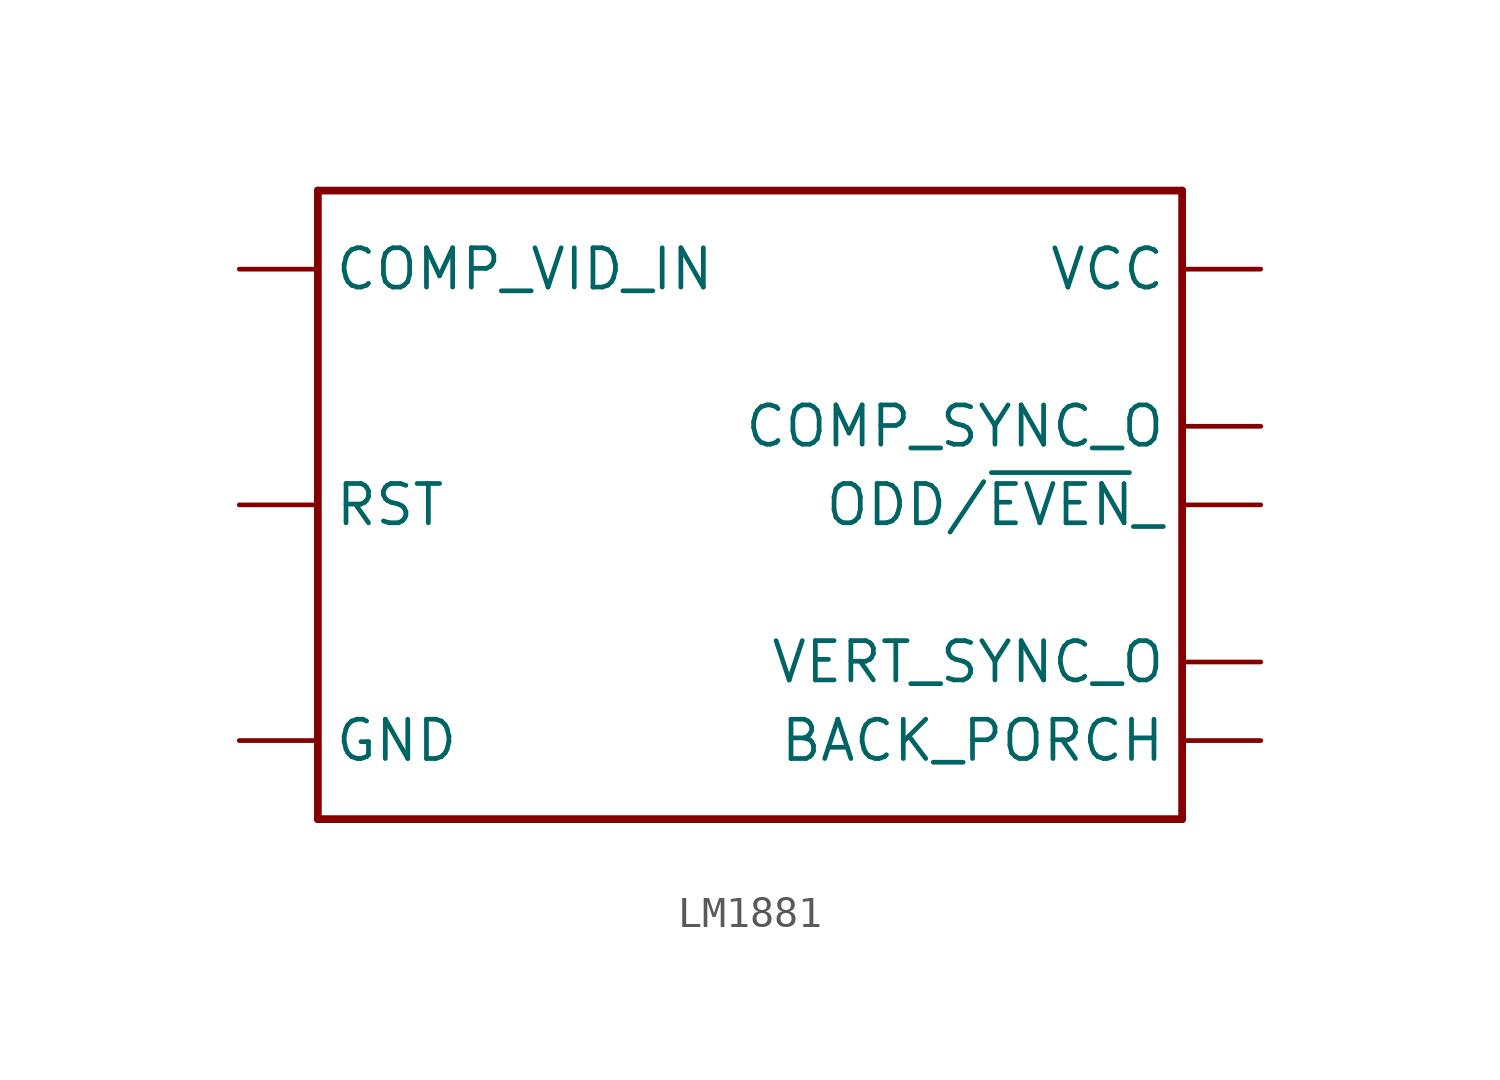
<source format=kicad_sym>
(kicad_symbol_lib
  (version 20231120)
  (generator "kicad_symbol_editor")
  (generator_version "8.0")
  (symbol "LM1881"
    (property "Reference" "U"
      (at 0 0 0)
      (effects (font (size 1.27 1.27)) (hide yes)))
    (property "ki_locked" ""
      (at 0 0 0)
      (effects (font (size 1.27 1.27))))
    (symbol "LM1881_1_0"
      (polyline (pts (xy -13.97 -10.16) (xy -13.97 10.16)) (stroke (width 0.25) (type solid)) (fill (type none)))
      (polyline (pts (xy -13.97 -10.16) (xy 13.97 -10.16)) (stroke (width 0.25) (type solid)) (fill (type none)))
      (polyline (pts (xy -13.97 10.16) (xy 13.97 10.16)) (stroke (width 0.25) (type solid)) (fill (type none)))
      (polyline (pts (xy 13.97 10.16) (xy 13.97 -10.16)) (stroke (width 0.25) (type solid)) (fill (type none)))
      (pin output line (at 16.51 2.54 180) (length 2.54) (name "COMP_SYNC_O" (effects (font (size 1.27 1.27)))) (number "1" (effects (font (size 0 0)))))
      (pin input line (at -16.51 7.62 0) (length 2.54) (name "COMP_VID_IN" (effects (font (size 1.27 1.27)))) (number "2" (effects (font (size 0 0)))))
      (pin output line (at 16.51 -5.08 180) (length 2.54) (name "VERT_SYNC_O" (effects (font (size 1.27 1.27)))) (number "3" (effects (font (size 0 0)))))
      (pin power_in line (at -16.51 -7.62 0) (length 2.54) (name "GND" (effects (font (size 1.27 1.27)))) (number "4" (effects (font (size 0 0)))))
      (pin output line (at 16.51 -7.62 180) (length 2.54) (name "BACK_PORCH" (effects (font (size 1.27 1.27)))) (number "5" (effects (font (size 0 0)))))
      (pin passive line (at -16.51 0 0) (length 2.54) (name "RST" (effects (font (size 1.27 1.27)))) (number "6" (effects (font (size 0 0)))))
      (pin output line (at 16.51 0 180) (length 2.54) (name "ODD/~{EVEN}_" (effects (font (size 1.27 1.27)))) (number "7" (effects (font (size 0 0)))))
      (pin power_in line (at 16.51 7.62 180) (length 2.54) (name "VCC" (effects (font (size 1.27 1.27)))) (number "8" (effects (font (size 0 0))))))))
</source>
